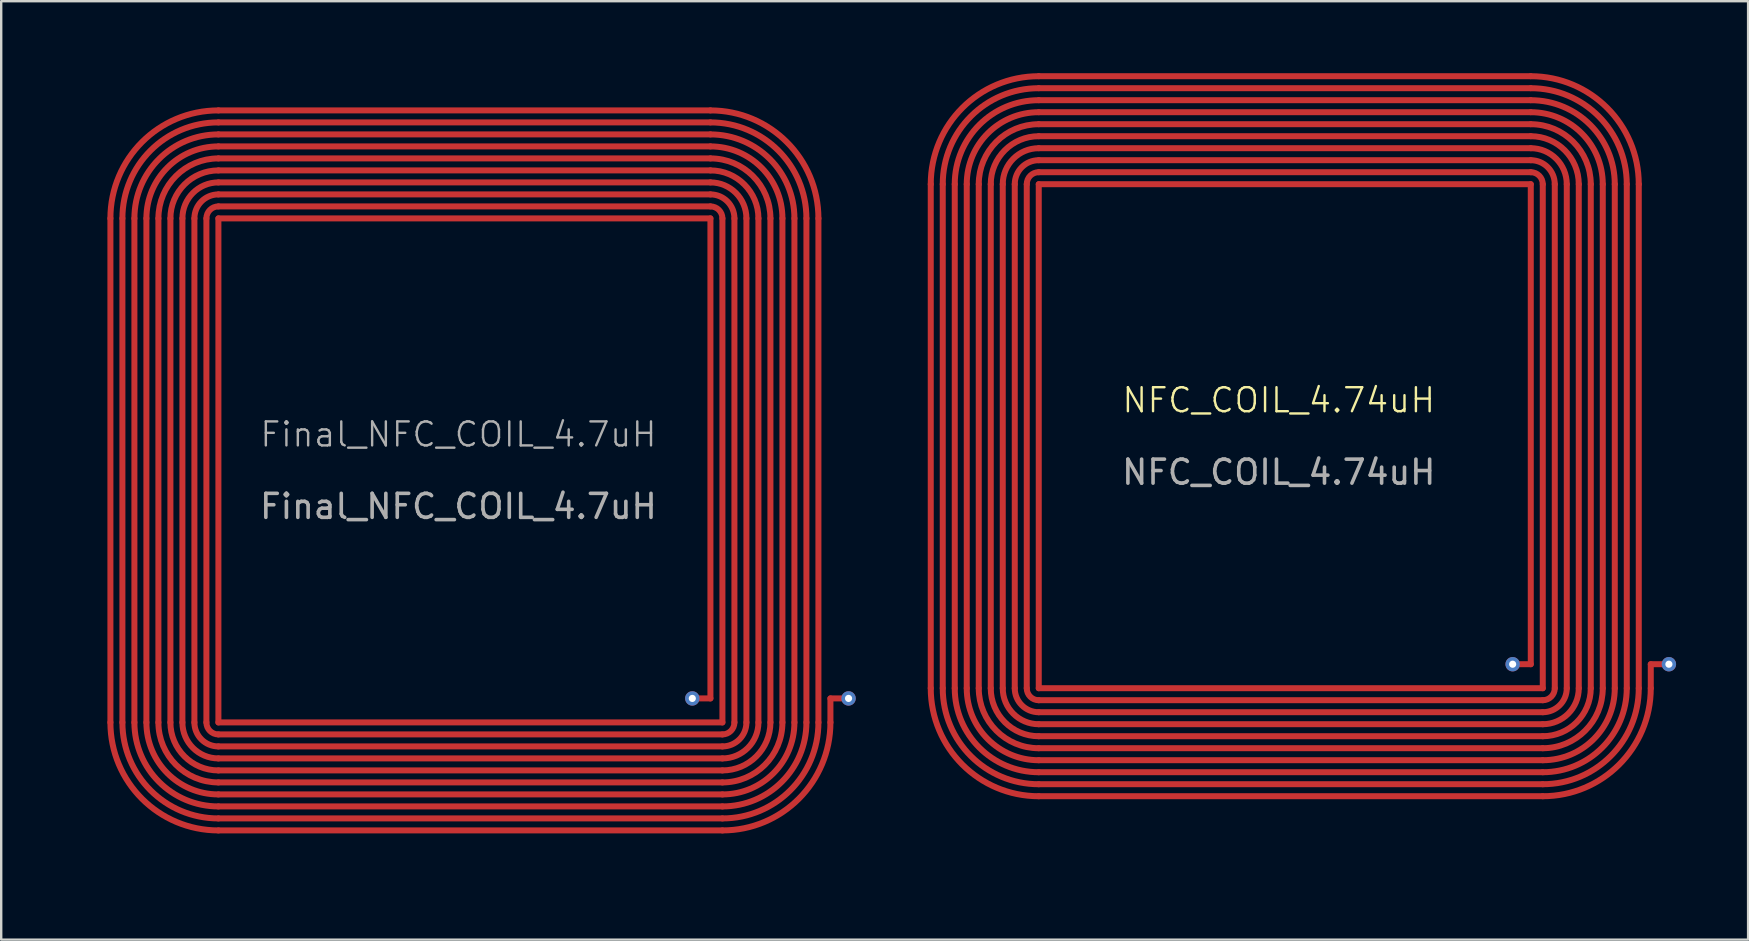
<source format=kicad_pcb>
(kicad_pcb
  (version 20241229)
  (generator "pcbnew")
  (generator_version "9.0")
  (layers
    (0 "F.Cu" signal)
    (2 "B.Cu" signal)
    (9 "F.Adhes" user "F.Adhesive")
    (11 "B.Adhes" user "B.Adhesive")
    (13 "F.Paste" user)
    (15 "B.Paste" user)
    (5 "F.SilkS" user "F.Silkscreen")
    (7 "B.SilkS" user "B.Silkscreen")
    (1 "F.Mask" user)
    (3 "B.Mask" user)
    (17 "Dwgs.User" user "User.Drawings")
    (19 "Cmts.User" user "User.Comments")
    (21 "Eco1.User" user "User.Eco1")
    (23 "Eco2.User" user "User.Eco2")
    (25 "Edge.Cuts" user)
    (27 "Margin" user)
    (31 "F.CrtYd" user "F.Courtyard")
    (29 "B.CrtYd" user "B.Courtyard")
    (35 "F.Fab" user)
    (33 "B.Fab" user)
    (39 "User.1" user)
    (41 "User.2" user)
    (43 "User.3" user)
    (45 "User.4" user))
  (footprint "NFC_COIL_4.74uH"
    (layer "F.Cu")
    (at 50.23 15.125)
    (property "Reference" "NFC_COIL_4.74uH" (at 0 -1.5 0) (unlocked yes) (layer "F.SilkS") (effects (font (size 1 1) (thickness 0.1))))
    (attr exclude_from_pos_files exclude_from_bom allow_missing_courtyard)
    (fp_line (start -14.5 10.5) (end -14.5 -10.5) (stroke (width 0.25) (type solid)) (layer "F.Cu"))
    (fp_line (start -14 10.5) (end -14 -10.5) (stroke (width 0.25) (type solid)) (layer "F.Cu"))
    (fp_line (start -13.5 10.5) (end -13.5 -10.5) (stroke (width 0.25) (type solid)) (layer "F.Cu"))
    (fp_line (start -13 10.5) (end -13 -10.5) (stroke (width 0.25) (type solid)) (layer "F.Cu"))
    (fp_line (start -12.5 10.5) (end -12.5 -10.5) (stroke (width 0.25) (type solid)) (layer "F.Cu"))
    (fp_line (start -12 10.5) (end -12 -10.5) (stroke (width 0.25) (type solid)) (layer "F.Cu"))
    (fp_line (start -11.5 10.5) (end -11.5 -10.5) (stroke (width 0.25) (type solid)) (layer "F.Cu"))
    (fp_line (start -11 10.5) (end -11 -10.5) (stroke (width 0.25) (type solid)) (layer "F.Cu"))
    (fp_line (start -10.5 10.5) (end -10.5 -10.5) (stroke (width 0.25) (type solid)) (layer "F.Cu"))
    (fp_line (start -10 -11.5) (end 10.5 -11.5) (stroke (width 0.25) (type solid)) (layer "F.Cu"))
    (fp_line (start -10 -15) (end 10.5 -15) (stroke (width 0.25) (type solid)) (layer "F.Cu"))
    (fp_line (start -10 -14.5) (end 10.5 -14.5) (stroke (width 0.25) (type solid)) (layer "F.Cu"))
    (fp_line (start -10 -14) (end 10.5 -14) (stroke (width 0.25) (type solid)) (layer "F.Cu"))
    (fp_line (start -10 -13.5) (end 10.5 -13.5) (stroke (width 0.25) (type solid)) (layer "F.Cu"))
    (fp_line (start -10 -13) (end 10.5 -13) (stroke (width 0.25) (type solid)) (layer "F.Cu"))
    (fp_line (start -10 -12.5) (end 10.5 -12.5) (stroke (width 0.25) (type solid)) (layer "F.Cu"))
    (fp_line (start -10 -12) (end 10.5 -12) (stroke (width 0.25) (type solid)) (layer "F.Cu"))
    (fp_line (start -10 -11) (end 10.5 -11) (stroke (width 0.25) (type solid)) (layer "F.Cu"))
    (fp_line (start -10 -10.5) (end 10.5 -10.5) (stroke (width 0.25) (type solid)) (layer "F.Cu"))
    (fp_line (start -10 10.5) (end -10 -10.5) (stroke (width 0.25) (type solid)) (layer "F.Cu"))
    (fp_line (start 10.5 9.5) (end 9.745 9.5) (stroke (width 0.25) (type solid)) (layer "F.Cu"))
    (fp_line (start 10.5 9.5) (end 10.5 -10.5) (stroke (width 0.25) (type solid)) (layer "F.Cu"))
    (fp_line (start 11 10.5) (end -10 10.5) (stroke (width 0.25) (type solid)) (layer "F.Cu"))
    (fp_line (start 11 10.5) (end 11 -10.5) (stroke (width 0.25) (type solid)) (layer "F.Cu"))
    (fp_line (start 11 11) (end -10 11) (stroke (width 0.25) (type solid)) (layer "F.Cu"))
    (fp_line (start 11 12) (end -10 12) (stroke (width 0.25) (type solid)) (layer "F.Cu"))
    (fp_line (start 11 12.5) (end -10 12.5) (stroke (width 0.25) (type solid)) (layer "F.Cu"))
    (fp_line (start 11 13) (end -10 13) (stroke (width 0.25) (type solid)) (layer "F.Cu"))
    (fp_line (start 11 13.5) (end -10 13.5) (stroke (width 0.25) (type solid)) (layer "F.Cu"))
    (fp_line (start 11 14) (end -10 14) (stroke (width 0.25) (type solid)) (layer "F.Cu"))
    (fp_line (start 11 14.5) (end -10 14.5) (stroke (width 0.25) (type solid)) (layer "F.Cu"))
    (fp_line (start 11 15) (end -10 15) (stroke (width 0.25) (type solid)) (layer "F.Cu"))
    (fp_line (start 11 11.5) (end -10 11.5) (stroke (width 0.25) (type solid)) (layer "F.Cu"))
    (fp_line (start 11.5 10.5) (end 11.5 -10.5) (stroke (width 0.25) (type solid)) (layer "F.Cu"))
    (fp_line (start 12 10.5) (end 12 -10.5) (stroke (width 0.25) (type solid)) (layer "F.Cu"))
    (fp_line (start 12.5 10.5) (end 12.5 -10.5) (stroke (width 0.25) (type solid)) (layer "F.Cu"))
    (fp_line (start 13 10.5) (end 13 -10.5) (stroke (width 0.25) (type solid)) (layer "F.Cu"))
    (fp_line (start 13.5 10.5) (end 13.5 -10.5) (stroke (width 0.25) (type solid)) (layer "F.Cu"))
    (fp_line (start 14 10.5) (end 14 -10.5) (stroke (width 0.25) (type solid)) (layer "F.Cu"))
    (fp_line (start 14.5 10.5) (end 14.5 -10.5) (stroke (width 0.25) (type solid)) (layer "F.Cu"))
    (fp_line (start 15 10.5) (end 15 -10.5) (stroke (width 0.25) (type solid)) (layer "F.Cu"))
    (fp_line (start 15.5 9.5) (end 15.5 10.5) (stroke (width 0.25) (type solid)) (layer "F.Cu"))
    (fp_line (start 15.5 9.5) (end 16.255 9.5) (stroke (width 0.25) (type solid)) (layer "F.Cu"))
    (fp_arc (start -14.5 -10.5) (mid -13.181981 -13.681981) (end -10 -15) (stroke (width 0.25) (type solid)) (layer "F.Cu"))
    (fp_arc (start -14 -10.5) (mid -12.828427 -13.328427) (end -10 -14.5) (stroke (width 0.25) (type solid)) (layer "F.Cu"))
    (fp_arc (start -13.5 -10.5) (mid -12.474874 -12.974874) (end -10 -14) (stroke (width 0.25) (type solid)) (layer "F.Cu"))
    (fp_arc (start -13 -10.5) (mid -12.12132 -12.62132) (end -10 -13.5) (stroke (width 0.25) (type solid)) (layer "F.Cu"))
    (fp_arc (start -12.5 -10.5) (mid -11.767767 -12.267767) (end -10 -13) (stroke (width 0.25) (type solid)) (layer "F.Cu"))
    (fp_arc (start -12 -10.5) (mid -11.414214 -11.914214) (end -10 -12.5) (stroke (width 0.25) (type solid)) (layer "F.Cu"))
    (fp_arc (start -11.5 -10.5) (mid -11.06066 -11.56066) (end -10 -12) (stroke (width 0.25) (type solid)) (layer "F.Cu"))
    (fp_arc (start -11 -10.5) (mid -10.707107 -11.207107) (end -10 -11.5) (stroke (width 0.25) (type solid)) (layer "F.Cu"))
    (fp_arc (start -10.5 -10.5) (mid -10.353553 -10.853553) (end -10 -11) (stroke (width 0.25) (type solid)) (layer "F.Cu"))
    (fp_arc (start -10 11) (mid -10.353553 10.853553) (end -10.5 10.5) (stroke (width 0.25) (type solid)) (layer "F.Cu"))
    (fp_arc (start -10 11.5) (mid -10.707107 11.207107) (end -11 10.5) (stroke (width 0.25) (type solid)) (layer "F.Cu"))
    (fp_arc (start -10 12) (mid -11.06066 11.56066) (end -11.5 10.5) (stroke (width 0.25) (type solid)) (layer "F.Cu"))
    (fp_arc (start -10 12.5) (mid -11.414214 11.914214) (end -12 10.5) (stroke (width 0.25) (type solid)) (layer "F.Cu"))
    (fp_arc (start -10 13) (mid -11.767767 12.267767) (end -12.5 10.5) (stroke (width 0.25) (type solid)) (layer "F.Cu"))
    (fp_arc (start -10 13.5) (mid -12.12132 12.62132) (end -13 10.5) (stroke (width 0.25) (type solid)) (layer "F.Cu"))
    (fp_arc (start -10 14) (mid -12.474874 12.974874) (end -13.5 10.5) (stroke (width 0.25) (type solid)) (layer "F.Cu"))
    (fp_arc (start -10 14.5) (mid -12.828427 13.328427) (end -14 10.5) (stroke (width 0.25) (type solid)) (layer "F.Cu"))
    (fp_arc (start -10 15) (mid -13.181981 13.681981) (end -14.5 10.5) (stroke (width 0.25) (type solid)) (layer "F.Cu"))
    (fp_arc (start 10.5 -15) (mid 13.681981 -13.681981) (end 15 -10.5) (stroke (width 0.25) (type solid)) (layer "F.Cu"))
    (fp_arc (start 10.5 -14.5) (mid 13.328427 -13.328427) (end 14.5 -10.5) (stroke (width 0.25) (type solid)) (layer "F.Cu"))
    (fp_arc (start 10.5 -14) (mid 12.974874 -12.974874) (end 14 -10.5) (stroke (width 0.25) (type solid)) (layer "F.Cu"))
    (fp_arc (start 10.5 -13.5) (mid 12.62132 -12.62132) (end 13.5 -10.5) (stroke (width 0.25) (type solid)) (layer "F.Cu"))
    (fp_arc (start 10.5 -13) (mid 12.267767 -12.267767) (end 13 -10.5) (stroke (width 0.25) (type solid)) (layer "F.Cu"))
    (fp_arc (start 10.5 -12.5) (mid 11.914214 -11.914214) (end 12.5 -10.5) (stroke (width 0.25) (type solid)) (layer "F.Cu"))
    (fp_arc (start 10.5 -12) (mid 11.56066 -11.56066) (end 12 -10.5) (stroke (width 0.25) (type solid)) (layer "F.Cu"))
    (fp_arc (start 10.5 -11.5) (mid 11.207107 -11.207107) (end 11.5 -10.5) (stroke (width 0.25) (type solid)) (layer "F.Cu"))
    (fp_arc (start 10.5 -11) (mid 10.853553 -10.853553) (end 11 -10.5) (stroke (width 0.25) (type solid)) (layer "F.Cu"))
    (fp_arc (start 11.5 10.5) (mid 11.353553 10.853553) (end 11 11) (stroke (width 0.25) (type solid)) (layer "F.Cu"))
    (fp_arc (start 12 10.5) (mid 11.707107 11.207107) (end 11 11.5) (stroke (width 0.25) (type solid)) (layer "F.Cu"))
    (fp_arc (start 12.5 10.5) (mid 12.06066 11.56066) (end 11 12) (stroke (width 0.25) (type solid)) (layer "F.Cu"))
    (fp_arc (start 13 10.5) (mid 12.414214 11.914214) (end 11 12.5) (stroke (width 0.25) (type solid)) (layer "F.Cu"))
    (fp_arc (start 13.5 10.5) (mid 12.767767 12.267767) (end 11 13) (stroke (width 0.25) (type solid)) (layer "F.Cu"))
    (fp_arc (start 14 10.5) (mid 13.12132 12.62132) (end 11 13.5) (stroke (width 0.25) (type solid)) (layer "F.Cu"))
    (fp_arc (start 14.5 10.5) (mid 13.474874 12.974874) (end 11 14) (stroke (width 0.25) (type solid)) (layer "F.Cu"))
    (fp_arc (start 15 10.5) (mid 13.828427 13.328427) (end 11 14.5) (stroke (width 0.25) (type solid)) (layer "F.Cu"))
    (fp_arc (start 15.5 10.5) (mid 14.181981 13.681981) (end 11 15) (stroke (width 0.25) (type solid)) (layer "F.Cu"))
    (fp_text user "${REFERENCE}" (at 0 1.5 0) (unlocked yes) (layer "F.Fab") (effects (font (size 1 1) (thickness 0.15))))
    (pad "1" thru_hole circle (at 16.255 9.5) (size 0.6 0.6) (drill 0.3) (layers "*.Cu") (remove_unused_layers yes) (keep_end_layers yes) (zone_layer_connections))
    (pad "2" thru_hole circle (at 9.745 9.5) (size 0.6 0.6) (drill 0.3) (layers "*.Cu") (remove_unused_layers yes) (keep_end_layers yes) (zone_layer_connections)))
  (footprint "Final_NFC_COIL_4.7uH"
    (layer "F.Cu")
    (at 16.05 16.55)
    (property "Reference" "Final_NFC_COIL_4.7uH" (at 0 -1.5 0) (unlocked yes) (layer "F.Fab") (effects (font (size 1 1) (thickness 0.1))))
    (attr exclude_from_pos_files exclude_from_bom allow_missing_courtyard)
    (fp_line (start -14.5 10.5) (end -14.5 -10.5) (stroke (width 0.25) (type solid)) (layer "F.Cu"))
    (fp_line (start -14 10.5) (end -14 -10.5) (stroke (width 0.25) (type solid)) (layer "F.Cu"))
    (fp_line (start -13.5 10.5) (end -13.5 -10.5) (stroke (width 0.25) (type solid)) (layer "F.Cu"))
    (fp_line (start -13 10.5) (end -13 -10.5) (stroke (width 0.25) (type solid)) (layer "F.Cu"))
    (fp_line (start -12.5 10.5) (end -12.5 -10.5) (stroke (width 0.25) (type solid)) (layer "F.Cu"))
    (fp_line (start -12 10.5) (end -12 -10.5) (stroke (width 0.25) (type solid)) (layer "F.Cu"))
    (fp_line (start -11.5 10.5) (end -11.5 -10.5) (stroke (width 0.25) (type solid)) (layer "F.Cu"))
    (fp_line (start -11 10.5) (end -11 -10.5) (stroke (width 0.25) (type solid)) (layer "F.Cu"))
    (fp_line (start -10.5 10.5) (end -10.5 -10.5) (stroke (width 0.25) (type solid)) (layer "F.Cu"))
    (fp_line (start -10 -11.5) (end 10.5 -11.5) (stroke (width 0.25) (type solid)) (layer "F.Cu"))
    (fp_line (start -10 -15) (end 10.5 -15) (stroke (width 0.25) (type solid)) (layer "F.Cu"))
    (fp_line (start -10 -14.5) (end 10.5 -14.5) (stroke (width 0.25) (type solid)) (layer "F.Cu"))
    (fp_line (start -10 -14) (end 10.5 -14) (stroke (width 0.25) (type solid)) (layer "F.Cu"))
    (fp_line (start -10 -13.5) (end 10.5 -13.5) (stroke (width 0.25) (type solid)) (layer "F.Cu"))
    (fp_line (start -10 -13) (end 10.5 -13) (stroke (width 0.25) (type solid)) (layer "F.Cu"))
    (fp_line (start -10 -12.5) (end 10.5 -12.5) (stroke (width 0.25) (type solid)) (layer "F.Cu"))
    (fp_line (start -10 -12) (end 10.5 -12) (stroke (width 0.25) (type solid)) (layer "F.Cu"))
    (fp_line (start -10 -11) (end 10.5 -11) (stroke (width 0.25) (type solid)) (layer "F.Cu"))
    (fp_line (start -10 -10.5) (end 10.5 -10.5) (stroke (width 0.25) (type solid)) (layer "F.Cu"))
    (fp_line (start -10 10.5) (end -10 -10.5) (stroke (width 0.25) (type solid)) (layer "F.Cu"))
    (fp_line (start 10.5 9.5) (end 9.745 9.5) (stroke (width 0.25) (type solid)) (layer "F.Cu"))
    (fp_line (start 10.5 9.5) (end 10.5 -10.5) (stroke (width 0.25) (type solid)) (layer "F.Cu"))
    (fp_line (start 11 10.5) (end -10 10.5) (stroke (width 0.25) (type solid)) (layer "F.Cu"))
    (fp_line (start 11 10.5) (end 11 -10.5) (stroke (width 0.25) (type solid)) (layer "F.Cu"))
    (fp_line (start 11 11) (end -10 11) (stroke (width 0.25) (type solid)) (layer "F.Cu"))
    (fp_line (start 11 12) (end -10 12) (stroke (width 0.25) (type solid)) (layer "F.Cu"))
    (fp_line (start 11 12.5) (end -10 12.5) (stroke (width 0.25) (type solid)) (layer "F.Cu"))
    (fp_line (start 11 13) (end -10 13) (stroke (width 0.25) (type solid)) (layer "F.Cu"))
    (fp_line (start 11 13.5) (end -10 13.5) (stroke (width 0.25) (type solid)) (layer "F.Cu"))
    (fp_line (start 11 14) (end -10 14) (stroke (width 0.25) (type solid)) (layer "F.Cu"))
    (fp_line (start 11 14.5) (end -10 14.5) (stroke (width 0.25) (type solid)) (layer "F.Cu"))
    (fp_line (start 11 15) (end -10 15) (stroke (width 0.25) (type solid)) (layer "F.Cu"))
    (fp_line (start 11 11.5) (end -10 11.5) (stroke (width 0.25) (type solid)) (layer "F.Cu"))
    (fp_line (start 11.5 10.5) (end 11.5 -10.5) (stroke (width 0.25) (type solid)) (layer "F.Cu"))
    (fp_line (start 12 10.5) (end 12 -10.5) (stroke (width 0.25) (type solid)) (layer "F.Cu"))
    (fp_line (start 12.5 10.5) (end 12.5 -10.5) (stroke (width 0.25) (type solid)) (layer "F.Cu"))
    (fp_line (start 13 10.5) (end 13 -10.5) (stroke (width 0.25) (type solid)) (layer "F.Cu"))
    (fp_line (start 13.5 10.5) (end 13.5 -10.5) (stroke (width 0.25) (type solid)) (layer "F.Cu"))
    (fp_line (start 14 10.5) (end 14 -10.5) (stroke (width 0.25) (type solid)) (layer "F.Cu"))
    (fp_line (start 14.5 10.5) (end 14.5 -10.5) (stroke (width 0.25) (type solid)) (layer "F.Cu"))
    (fp_line (start 15 10.5) (end 15 -10.5) (stroke (width 0.25) (type solid)) (layer "F.Cu"))
    (fp_line (start 15.5 9.5) (end 15.5 10.5) (stroke (width 0.25) (type solid)) (layer "F.Cu"))
    (fp_line (start 15.5 9.5) (end 16.255 9.5) (stroke (width 0.25) (type solid)) (layer "F.Cu"))
    (fp_arc (start -14.5 -10.5) (mid -13.181981 -13.681981) (end -10 -15) (stroke (width 0.25) (type solid)) (layer "F.Cu"))
    (fp_arc (start -14 -10.5) (mid -12.828427 -13.328427) (end -10 -14.5) (stroke (width 0.25) (type solid)) (layer "F.Cu"))
    (fp_arc (start -13.5 -10.5) (mid -12.474874 -12.974874) (end -10 -14) (stroke (width 0.25) (type solid)) (layer "F.Cu"))
    (fp_arc (start -13 -10.5) (mid -12.12132 -12.62132) (end -10 -13.5) (stroke (width 0.25) (type solid)) (layer "F.Cu"))
    (fp_arc (start -12.5 -10.5) (mid -11.767767 -12.267767) (end -10 -13) (stroke (width 0.25) (type solid)) (layer "F.Cu"))
    (fp_arc (start -12 -10.5) (mid -11.414214 -11.914214) (end -10 -12.5) (stroke (width 0.25) (type solid)) (layer "F.Cu"))
    (fp_arc (start -11.5 -10.5) (mid -11.06066 -11.56066) (end -10 -12) (stroke (width 0.25) (type solid)) (layer "F.Cu"))
    (fp_arc (start -11 -10.5) (mid -10.707107 -11.207107) (end -10 -11.5) (stroke (width 0.25) (type solid)) (layer "F.Cu"))
    (fp_arc (start -10.5 -10.5) (mid -10.353553 -10.853553) (end -10 -11) (stroke (width 0.25) (type solid)) (layer "F.Cu"))
    (fp_arc (start -10 11) (mid -10.353553 10.853553) (end -10.5 10.5) (stroke (width 0.25) (type solid)) (layer "F.Cu"))
    (fp_arc (start -10 11.5) (mid -10.707107 11.207107) (end -11 10.5) (stroke (width 0.25) (type solid)) (layer "F.Cu"))
    (fp_arc (start -10 12) (mid -11.06066 11.56066) (end -11.5 10.5) (stroke (width 0.25) (type solid)) (layer "F.Cu"))
    (fp_arc (start -10 12.5) (mid -11.414214 11.914214) (end -12 10.5) (stroke (width 0.25) (type solid)) (layer "F.Cu"))
    (fp_arc (start -10 13) (mid -11.767767 12.267767) (end -12.5 10.5) (stroke (width 0.25) (type solid)) (layer "F.Cu"))
    (fp_arc (start -10 13.5) (mid -12.12132 12.62132) (end -13 10.5) (stroke (width 0.25) (type solid)) (layer "F.Cu"))
    (fp_arc (start -10 14) (mid -12.474874 12.974874) (end -13.5 10.5) (stroke (width 0.25) (type solid)) (layer "F.Cu"))
    (fp_arc (start -10 14.5) (mid -12.828427 13.328427) (end -14 10.5) (stroke (width 0.25) (type solid)) (layer "F.Cu"))
    (fp_arc (start -10 15) (mid -13.181981 13.681981) (end -14.5 10.5) (stroke (width 0.25) (type solid)) (layer "F.Cu"))
    (fp_arc (start 10.5 -15) (mid 13.681981 -13.681981) (end 15 -10.5) (stroke (width 0.25) (type solid)) (layer "F.Cu"))
    (fp_arc (start 10.5 -14.5) (mid 13.328427 -13.328427) (end 14.5 -10.5) (stroke (width 0.25) (type solid)) (layer "F.Cu"))
    (fp_arc (start 10.5 -14) (mid 12.974874 -12.974874) (end 14 -10.5) (stroke (width 0.25) (type solid)) (layer "F.Cu"))
    (fp_arc (start 10.5 -13.5) (mid 12.62132 -12.62132) (end 13.5 -10.5) (stroke (width 0.25) (type solid)) (layer "F.Cu"))
    (fp_arc (start 10.5 -13) (mid 12.267767 -12.267767) (end 13 -10.5) (stroke (width 0.25) (type solid)) (layer "F.Cu"))
    (fp_arc (start 10.5 -12.5) (mid 11.914214 -11.914214) (end 12.5 -10.5) (stroke (width 0.25) (type solid)) (layer "F.Cu"))
    (fp_arc (start 10.5 -12) (mid 11.56066 -11.56066) (end 12 -10.5) (stroke (width 0.25) (type solid)) (layer "F.Cu"))
    (fp_arc (start 10.5 -11.5) (mid 11.207107 -11.207107) (end 11.5 -10.5) (stroke (width 0.25) (type solid)) (layer "F.Cu"))
    (fp_arc (start 10.5 -11) (mid 10.853553 -10.853553) (end 11 -10.5) (stroke (width 0.25) (type solid)) (layer "F.Cu"))
    (fp_arc (start 11.5 10.5) (mid 11.353553 10.853553) (end 11 11) (stroke (width 0.25) (type solid)) (layer "F.Cu"))
    (fp_arc (start 12 10.5) (mid 11.707107 11.207107) (end 11 11.5) (stroke (width 0.25) (type solid)) (layer "F.Cu"))
    (fp_arc (start 12.5 10.5) (mid 12.06066 11.56066) (end 11 12) (stroke (width 0.25) (type solid)) (layer "F.Cu"))
    (fp_arc (start 13 10.5) (mid 12.414214 11.914214) (end 11 12.5) (stroke (width 0.25) (type solid)) (layer "F.Cu"))
    (fp_arc (start 13.5 10.5) (mid 12.767767 12.267767) (end 11 13) (stroke (width 0.25) (type solid)) (layer "F.Cu"))
    (fp_arc (start 14 10.5) (mid 13.12132 12.62132) (end 11 13.5) (stroke (width 0.25) (type solid)) (layer "F.Cu"))
    (fp_arc (start 14.5 10.5) (mid 13.474874 12.974874) (end 11 14) (stroke (width 0.25) (type solid)) (layer "F.Cu"))
    (fp_arc (start 15 10.5) (mid 13.828427 13.328427) (end 11 14.5) (stroke (width 0.25) (type solid)) (layer "F.Cu"))
    (fp_arc (start 15.5 10.5) (mid 14.181981 13.681981) (end 11 15) (stroke (width 0.25) (type solid)) (layer "F.Cu"))
    (fp_line (start -16 10.5) (end -16 -10.5) (stroke (width 0.1) (type solid)) (layer "Margin"))
    (fp_line (start -10 -16.5) (end 10.5 -16.5) (stroke (width 0.1) (type solid)) (layer "Margin"))
    (fp_line (start -10 16.5) (end 11 16.5) (stroke (width 0.1) (type solid)) (layer "Margin"))
    (fp_line (start 16.5 10.5) (end 16.5 -10.5) (stroke (width 0.1) (type solid)) (layer "Margin"))
    (fp_arc (start -16 -10.5) (mid -14.242641 -14.742641) (end -10 -16.5) (stroke (width 0.1) (type solid)) (layer "Margin"))
    (fp_arc (start -10 16.5) (mid -14.242641 14.742641) (end -16 10.5) (stroke (width 0.1) (type solid)) (layer "Margin"))
    (fp_arc (start 10.5 -16.5) (mid 14.742641 -14.742641) (end 16.5 -10.5) (stroke (width 0.1) (type solid)) (layer "Margin"))
    (fp_arc (start 16.5 10.5) (mid 14.889087 14.389087) (end 11 16) (stroke (width 0.1) (type solid)) (layer "Margin"))
    (fp_text user "${REFERENCE}" (at 0 1.5 0) (unlocked yes) (layer "F.Fab") (effects (font (size 1 1) (thickness 0.15))))
    (pad "1" thru_hole circle (at 16.255 9.5) (size 0.6 0.6) (drill 0.3) (layers "*.Cu") (remove_unused_layers yes) (keep_end_layers yes) (zone_layer_connections))
    (pad "2" thru_hole circle (at 9.745 9.5) (size 0.6 0.6) (drill 0.3) (layers "*.Cu") (remove_unused_layers yes) (keep_end_layers yes) (zone_layer_connections)))
  (gr_rect
    (start -3 -3)
    (end 69.785 36.1)
    (stroke (width 0.1) (type default))
    (fill no)
    (layer "Edge.Cuts")))
</source>
